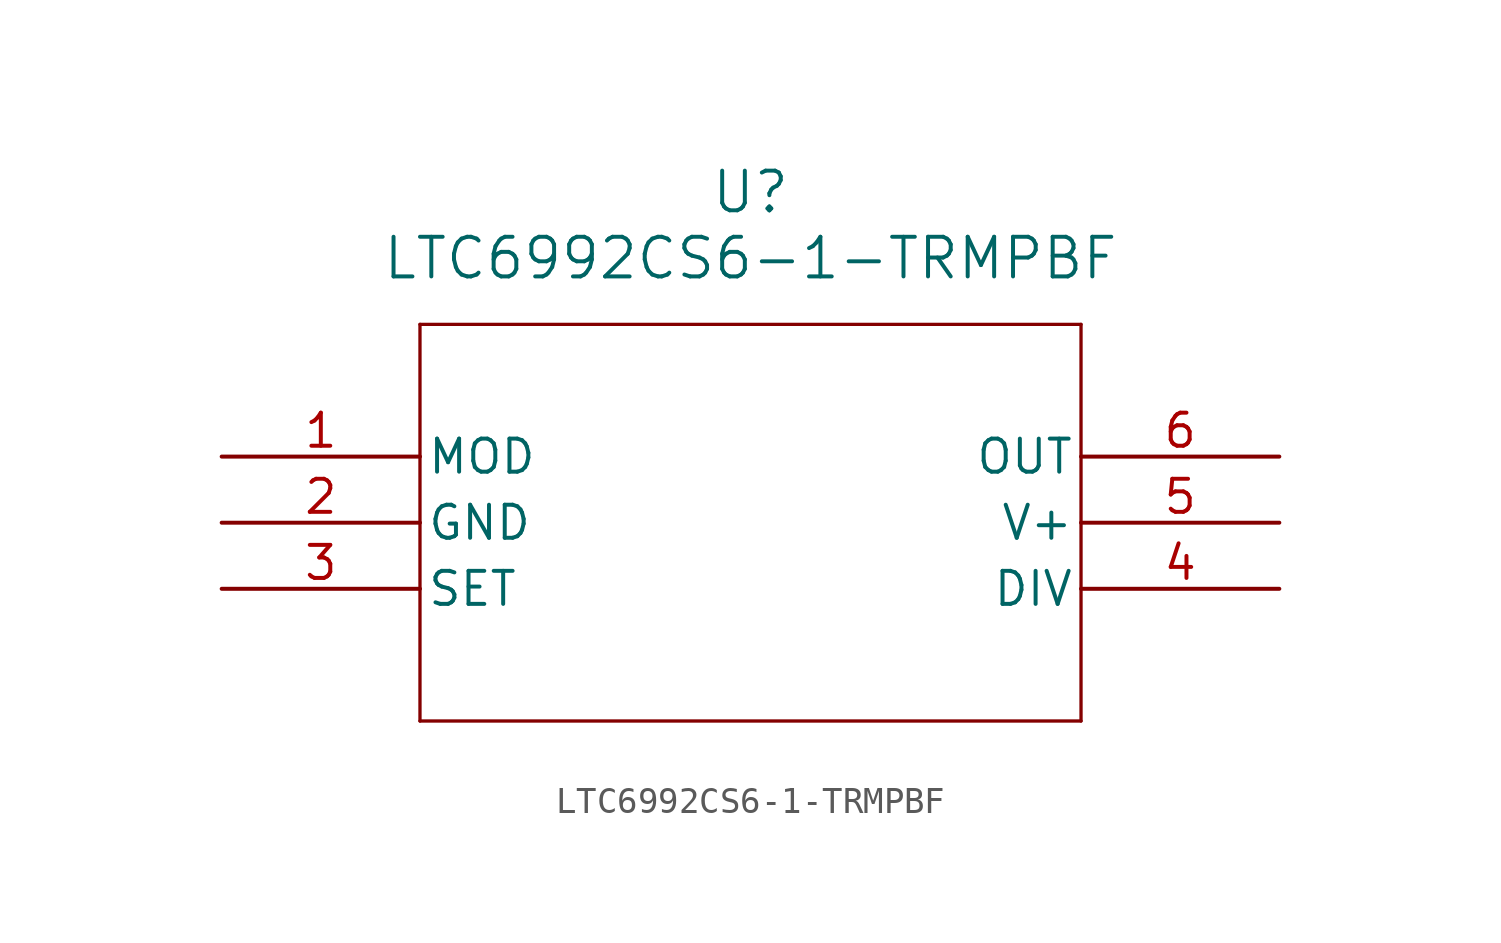
<source format=kicad_sym>
(kicad_symbol_lib
  (version 20211014)
  (generator kicad_symbol_editor)
  (symbol "LTC6992CS6-1-TRMPBF"
    (pin_names
      (offset 0.254))
    (property "Reference" "U"
      (at 20.32 10.16 0)
      (effects (font (size 1.524 1.524))))
    (property "Value" "LTC6992CS6-1-TRMPBF"
      (at 20.32 7.62 0)
      (effects (font (size 1.524 1.524))))
    (symbol "LTC6992CS6-1-TRMPBF_0_1"
      (polyline (pts (xy 7.62 5.08) (xy 7.62 -10.16)) (stroke (width 0.127) (type default) (color 0 0 0 0)) (fill (type none)))
      (polyline (pts (xy 7.62 -10.16) (xy 33.02 -10.16)) (stroke (width 0.127) (type default) (color 0 0 0 0)) (fill (type none)))
      (polyline (pts (xy 33.02 -10.16) (xy 33.02 5.08)) (stroke (width 0.127) (type default) (color 0 0 0 0)) (fill (type none)))
      (polyline (pts (xy 33.02 5.08) (xy 7.62 5.08)) (stroke (width 0.127) (type default) (color 0 0 0 0)) (fill (type none)))
      (pin input line (at 0 0 0) (length 7.62) (name "MOD" (effects (font (size 1.27 1.27)))) (number "1" (effects (font (size 1.27 1.27)))))
      (pin power_out line (at 0 -2.54 0) (length 7.62) (name "GND" (effects (font (size 1.27 1.27)))) (number "2" (effects (font (size 1.27 1.27)))))
      (pin input line (at 0 -5.08 0) (length 7.62) (name "SET" (effects (font (size 1.27 1.27)))) (number "3" (effects (font (size 1.27 1.27)))))
      (pin input line (at 40.64 -5.08 180) (length 7.62) (name "DIV" (effects (font (size 1.27 1.27)))) (number "4" (effects (font (size 1.27 1.27)))))
      (pin power_in line (at 40.64 -2.54 180) (length 7.62) (name "V+" (effects (font (size 1.27 1.27)))) (number "5" (effects (font (size 1.27 1.27)))))
      (pin output line (at 40.64 0 180) (length 7.62) (name "OUT" (effects (font (size 1.27 1.27)))) (number "6" (effects (font (size 1.27 1.27))))))))
</source>
